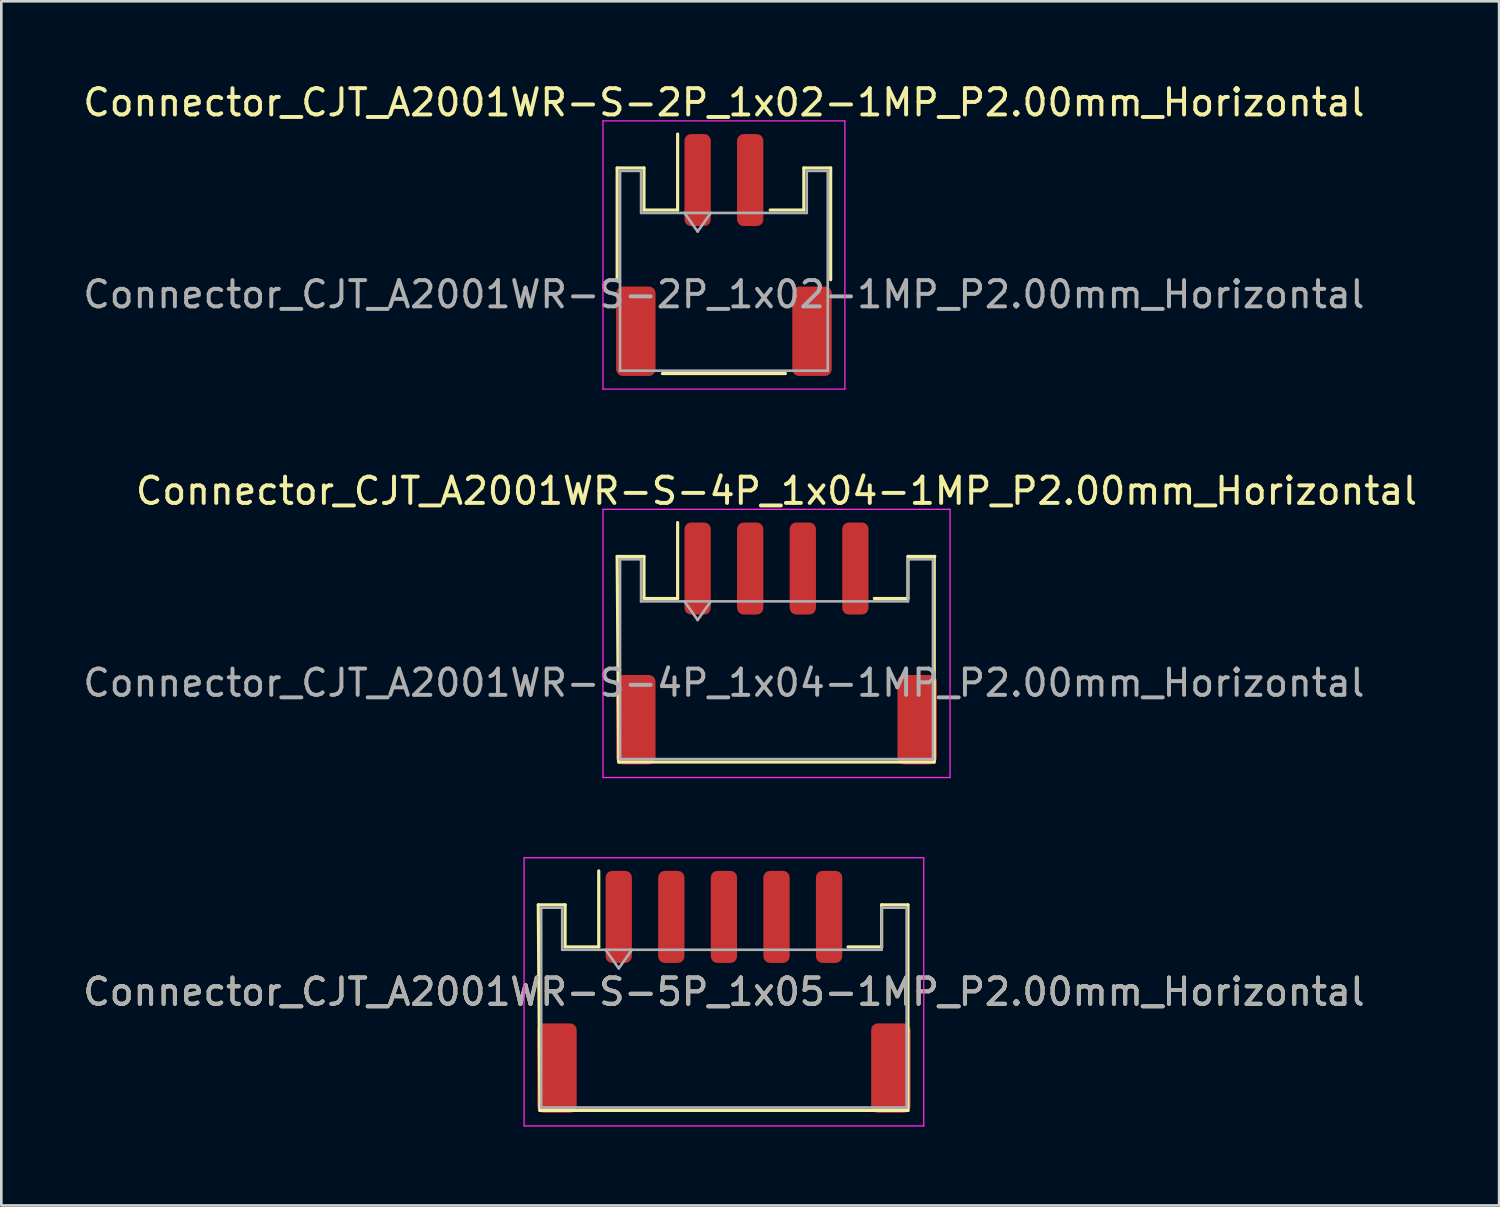
<source format=kicad_pcb>
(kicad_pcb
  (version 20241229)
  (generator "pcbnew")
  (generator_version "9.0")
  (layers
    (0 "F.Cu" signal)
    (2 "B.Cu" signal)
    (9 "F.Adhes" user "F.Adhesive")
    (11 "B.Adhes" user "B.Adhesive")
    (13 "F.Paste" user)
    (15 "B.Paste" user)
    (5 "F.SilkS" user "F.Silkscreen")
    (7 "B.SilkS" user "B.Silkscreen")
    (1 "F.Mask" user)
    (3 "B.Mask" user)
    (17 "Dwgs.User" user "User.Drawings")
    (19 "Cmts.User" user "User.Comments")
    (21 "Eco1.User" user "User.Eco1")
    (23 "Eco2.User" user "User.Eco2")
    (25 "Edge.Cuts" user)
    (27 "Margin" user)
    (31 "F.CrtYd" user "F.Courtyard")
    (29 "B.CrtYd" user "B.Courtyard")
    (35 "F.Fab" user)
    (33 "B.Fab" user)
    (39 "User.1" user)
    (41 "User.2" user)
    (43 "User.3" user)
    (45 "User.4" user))
  (footprint "Connector_CJT_A2001WR-S-4P_1x04-1MP_P2.00mm_Horizontal"
    (layer "F.Cu")
    (at 26.482 21.422)
    (property "Reference" "Connector_CJT_A2001WR-S-4P_1x04-1MP_P2.00mm_Horizontal" (at 0 -5.8 0) (layer "F.SilkS") (effects (font (size 1 1) (thickness 0.15))))
    (attr smd)
    (fp_line (start -6.06 -3.31) (end -5.04 -3.31) (stroke (width 0.12) (type solid)) (layer "F.SilkS"))
    (fp_line (start -6 4.51) (end -6.06 -3.31) (stroke (width 0.12) (type solid)) (layer "F.SilkS"))
    (fp_line (start -6 4.51) (end 6 4.51) (stroke (width 0.12) (type solid)) (layer "F.SilkS"))
    (fp_line (start -5.04 -3.31) (end -5.04 -1.71) (stroke (width 0.12) (type solid)) (layer "F.SilkS"))
    (fp_line (start -5.04 -1.71) (end -3.76 -1.71) (stroke (width 0.12) (type solid)) (layer "F.SilkS"))
    (fp_line (start -3.76 -1.71) (end -3.76 -4.6) (stroke (width 0.12) (type solid)) (layer "F.SilkS"))
    (fp_line (start 3.72 -1.71) (end 5 -1.71) (stroke (width 0.12) (type solid)) (layer "F.SilkS"))
    (fp_line (start 5 -3.31) (end 5 -1.71) (stroke (width 0.12) (type solid)) (layer "F.SilkS"))
    (fp_line (start 6 4.51) (end 6 -3.31) (stroke (width 0.12) (type solid)) (layer "F.SilkS"))
    (fp_line (start 6.02 -3.31) (end 5 -3.31) (stroke (width 0.12) (type solid)) (layer "F.SilkS"))
    (fp_line (start -6.6 -5.1) (end -6.6 5.1) (stroke (width 0.05) (type solid)) (layer "F.CrtYd"))
    (fp_line (start -6.6 5.1) (end 6.6 5.1) (stroke (width 0.05) (type solid)) (layer "F.CrtYd"))
    (fp_line (start 6.6 -5.1) (end -6.6 -5.1) (stroke (width 0.05) (type solid)) (layer "F.CrtYd"))
    (fp_line (start 6.6 5.1) (end 6.6 -5.1) (stroke (width 0.05) (type solid)) (layer "F.CrtYd"))
    (fp_line (start -5.95 -3.2) (end -5.95 4.4) (stroke (width 0.1) (type solid)) (layer "F.Fab"))
    (fp_line (start -5.95 -3.2) (end -5.15 -3.2) (stroke (width 0.1) (type solid)) (layer "F.Fab"))
    (fp_line (start -5.95 4.4) (end 5.95 4.4) (stroke (width 0.1) (type solid)) (layer "F.Fab"))
    (fp_line (start -5.15 -3.2) (end -5.15 -1.6) (stroke (width 0.1) (type solid)) (layer "F.Fab"))
    (fp_line (start -5.15 -1.6) (end 5 -1.6) (stroke (width 0.1) (type solid)) (layer "F.Fab"))
    (fp_line (start -3.5 -1.6) (end -3 -0.893) (stroke (width 0.1) (type solid)) (layer "F.Fab"))
    (fp_line (start -3 -0.893) (end -2.5 -1.6) (stroke (width 0.1) (type solid)) (layer "F.Fab"))
    (fp_line (start 5 -3.2) (end 5.95 -3.2) (stroke (width 0.1) (type solid)) (layer "F.Fab"))
    (fp_line (start 5 -1.6) (end 5 -3.2) (stroke (width 0.1) (type solid)) (layer "F.Fab"))
    (fp_line (start 5.95 -3.2) (end 5.95 4.4) (stroke (width 0.1) (type solid)) (layer "F.Fab"))
    (fp_text user "${REFERENCE}" (at -2 1.5 0) (layer "F.Fab") (effects (font (size 1 1) (thickness 0.15))))
    (pad "1" smd roundrect (at -3 -2.85) (size 1 3.5) (layers "F.Cu" "F.Mask" "F.Paste") (roundrect_rratio 0.25))
    (pad "2" smd roundrect (at -1 -2.85) (size 1 3.5) (layers "F.Cu" "F.Mask" "F.Paste") (roundrect_rratio 0.25))
    (pad "3" smd roundrect (at 1 -2.85) (size 1 3.5) (layers "F.Cu" "F.Mask" "F.Paste") (roundrect_rratio 0.25))
    (pad "4" smd roundrect (at 3 -2.85) (size 1 3.5) (layers "F.Cu" "F.Mask" "F.Paste") (roundrect_rratio 0.25))
    (pad "MP" smd roundrect (at -5.35 2.9) (size 1.5 3.4) (layers "F.Cu" "F.Mask" "F.Paste") (roundrect_rratio 0.167))
    (pad "MP" smd roundrect (at 5.35 2.9) (size 1.5 3.4) (layers "F.Cu" "F.Mask" "F.Paste") (roundrect_rratio 0.167)))
  (footprint "Connector_CJT_A2001WR-S-5P_1x05-1MP_P2.00mm_Horizontal"
    (layer "F.Cu")
    (at 24.482 34.672)
    (property "Reference" "Connector_CJT_A2001WR-S-5P_1x05-1MP_P2.00mm_Horizontal" (at 0 0 0) (layer "F.SilkS") (effects (font (size 1 1) (thickness 0.15))))
    (attr smd)
    (fp_line (start -7.06 -3.31) (end -6.04 -3.31) (stroke (width 0.12) (type solid)) (layer "F.SilkS"))
    (fp_line (start -7 4.51) (end -7.06 -3.31) (stroke (width 0.12) (type solid)) (layer "F.SilkS"))
    (fp_line (start -7 4.51) (end 7 4.51) (stroke (width 0.12) (type solid)) (layer "F.SilkS"))
    (fp_line (start -6.04 -3.31) (end -6.04 -1.71) (stroke (width 0.12) (type solid)) (layer "F.SilkS"))
    (fp_line (start -6.04 -1.71) (end -4.76 -1.71) (stroke (width 0.12) (type solid)) (layer "F.SilkS"))
    (fp_line (start -4.76 -1.71) (end -4.76 -4.6) (stroke (width 0.12) (type solid)) (layer "F.SilkS"))
    (fp_line (start 4.72 -1.71) (end 6 -1.71) (stroke (width 0.12) (type solid)) (layer "F.SilkS"))
    (fp_line (start 6 -3.31) (end 6 -1.71) (stroke (width 0.12) (type solid)) (layer "F.SilkS"))
    (fp_line (start 7 -3.31) (end 6 -3.31) (stroke (width 0.12) (type solid)) (layer "F.SilkS"))
    (fp_line (start 7 4.51) (end 7 -3.31) (stroke (width 0.12) (type solid)) (layer "F.SilkS"))
    (fp_line (start -7.6 -5.1) (end -7.6 5.1) (stroke (width 0.05) (type solid)) (layer "F.CrtYd"))
    (fp_line (start -7.6 5.1) (end 7.6 5.1) (stroke (width 0.05) (type solid)) (layer "F.CrtYd"))
    (fp_line (start 7.6 -5.1) (end -7.6 -5.1) (stroke (width 0.05) (type solid)) (layer "F.CrtYd"))
    (fp_line (start 7.6 5.1) (end 7.6 -5.1) (stroke (width 0.05) (type solid)) (layer "F.CrtYd"))
    (fp_line (start -6.95 -3.2) (end -6.95 4.4) (stroke (width 0.1) (type solid)) (layer "F.Fab"))
    (fp_line (start -6.95 -3.2) (end -6.15 -3.2) (stroke (width 0.1) (type solid)) (layer "F.Fab"))
    (fp_line (start -6.95 4.4) (end 6.95 4.4) (stroke (width 0.1) (type solid)) (layer "F.Fab"))
    (fp_line (start -6.15 -3.2) (end -6.15 -1.6) (stroke (width 0.1) (type solid)) (layer "F.Fab"))
    (fp_line (start -6.15 -1.6) (end 6 -1.6) (stroke (width 0.1) (type solid)) (layer "F.Fab"))
    (fp_line (start -4.5 -1.6) (end -4 -0.893) (stroke (width 0.1) (type solid)) (layer "F.Fab"))
    (fp_line (start -4 -0.893) (end -3.5 -1.6) (stroke (width 0.1) (type solid)) (layer "F.Fab"))
    (fp_line (start 6 -3.2) (end 6.95 -3.2) (stroke (width 0.1) (type solid)) (layer "F.Fab"))
    (fp_line (start 6 -1.6) (end 6 -3.2) (stroke (width 0.1) (type solid)) (layer "F.Fab"))
    (fp_line (start 6.95 -3.2) (end 6.95 4.4) (stroke (width 0.1) (type solid)) (layer "F.Fab"))
    (fp_text user "${REFERENCE}" (at 0 0 0) (layer "F.Fab") (effects (font (size 1 1) (thickness 0.15))))
    (pad "1" smd roundrect (at -4 -2.85) (size 1 3.5) (layers "F.Cu" "F.Mask" "F.Paste") (roundrect_rratio 0.25))
    (pad "2" smd roundrect (at -2 -2.85) (size 1 3.5) (layers "F.Cu" "F.Mask" "F.Paste") (roundrect_rratio 0.25))
    (pad "3" smd roundrect (at 0 -2.85) (size 1 3.5) (layers "F.Cu" "F.Mask" "F.Paste") (roundrect_rratio 0.25))
    (pad "4" smd roundrect (at 2 -2.85) (size 1 3.5) (layers "F.Cu" "F.Mask" "F.Paste") (roundrect_rratio 0.25))
    (pad "5" smd roundrect (at 4 -2.85) (size 1 3.5) (layers "F.Cu" "F.Mask" "F.Paste") (roundrect_rratio 0.25))
    (pad "MP" smd roundrect (at -6.35 2.9) (size 1.5 3.4) (layers "F.Cu" "F.Mask" "F.Paste") (roundrect_rratio 0.167))
    (pad "MP" smd roundrect (at 6.35 2.9) (size 1.5 3.4) (layers "F.Cu" "F.Mask" "F.Paste") (roundrect_rratio 0.167)))
  (footprint "Connector_CJT_A2001WR-S-2P_1x02-1MP_P2.00mm_Horizontal"
    (layer "F.Cu")
    (at 24.482 6.648)
    (property "Reference" "Connector_CJT_A2001WR-S-2P_1x02-1MP_P2.00mm_Horizontal" (at 0 -5.8 0) (layer "F.SilkS") (effects (font (size 1 1) (thickness 0.15))))
    (attr smd)
    (fp_line (start -4.06 -3.31) (end -3.04 -3.31) (stroke (width 0.12) (type solid)) (layer "F.SilkS"))
    (fp_line (start -4.06 0.94) (end -4.06 -3.31) (stroke (width 0.12) (type solid)) (layer "F.SilkS"))
    (fp_line (start -3.04 -3.31) (end -3.04 -1.71) (stroke (width 0.12) (type solid)) (layer "F.SilkS"))
    (fp_line (start -3.04 -1.71) (end -1.76 -1.71) (stroke (width 0.12) (type solid)) (layer "F.SilkS"))
    (fp_line (start -2.34 4.51) (end 2.34 4.51) (stroke (width 0.12) (type solid)) (layer "F.SilkS"))
    (fp_line (start -1.76 -1.71) (end -1.76 -4.6) (stroke (width 0.12) (type solid)) (layer "F.SilkS"))
    (fp_line (start 3.04 -3.31) (end 3.04 -1.71) (stroke (width 0.12) (type solid)) (layer "F.SilkS"))
    (fp_line (start 3.04 -1.71) (end 1.76 -1.71) (stroke (width 0.12) (type solid)) (layer "F.SilkS"))
    (fp_line (start 4.06 -3.31) (end 3.04 -3.31) (stroke (width 0.12) (type solid)) (layer "F.SilkS"))
    (fp_line (start 4.06 0.94) (end 4.06 -3.31) (stroke (width 0.12) (type solid)) (layer "F.SilkS"))
    (fp_line (start -4.6 -5.1) (end -4.6 5.1) (stroke (width 0.05) (type solid)) (layer "F.CrtYd"))
    (fp_line (start -4.6 5.1) (end 4.6 5.1) (stroke (width 0.05) (type solid)) (layer "F.CrtYd"))
    (fp_line (start 4.6 -5.1) (end -4.6 -5.1) (stroke (width 0.05) (type solid)) (layer "F.CrtYd"))
    (fp_line (start 4.6 5.1) (end 4.6 -5.1) (stroke (width 0.05) (type solid)) (layer "F.CrtYd"))
    (fp_line (start -3.95 -3.2) (end -3.95 4.4) (stroke (width 0.1) (type solid)) (layer "F.Fab"))
    (fp_line (start -3.95 -3.2) (end -3.15 -3.2) (stroke (width 0.1) (type solid)) (layer "F.Fab"))
    (fp_line (start -3.95 4.4) (end 3.95 4.4) (stroke (width 0.1) (type solid)) (layer "F.Fab"))
    (fp_line (start -3.15 -3.2) (end -3.15 -1.6) (stroke (width 0.1) (type solid)) (layer "F.Fab"))
    (fp_line (start -3.15 -1.6) (end 3.15 -1.6) (stroke (width 0.1) (type solid)) (layer "F.Fab"))
    (fp_line (start -1.5 -1.6) (end -1 -0.893) (stroke (width 0.1) (type solid)) (layer "F.Fab"))
    (fp_line (start -1 -0.893) (end -0.5 -1.6) (stroke (width 0.1) (type solid)) (layer "F.Fab"))
    (fp_line (start 3.15 -3.2) (end 3.95 -3.2) (stroke (width 0.1) (type solid)) (layer "F.Fab"))
    (fp_line (start 3.15 -1.6) (end 3.15 -3.2) (stroke (width 0.1) (type solid)) (layer "F.Fab"))
    (fp_line (start 3.95 -3.2) (end 3.95 4.4) (stroke (width 0.1) (type solid)) (layer "F.Fab"))
    (fp_text user "${REFERENCE}" (at 0 1.5 0) (layer "F.Fab") (effects (font (size 1 1) (thickness 0.15))))
    (pad "1" smd roundrect (at -1 -2.85) (size 1 3.5) (layers "F.Cu" "F.Mask" "F.Paste") (roundrect_rratio 0.25))
    (pad "2" smd roundrect (at 1 -2.85) (size 1 3.5) (layers "F.Cu" "F.Mask" "F.Paste") (roundrect_rratio 0.25))
    (pad "MP" smd roundrect (at -3.35 2.9) (size 1.5 3.4) (layers "F.Cu" "F.Mask" "F.Paste") (roundrect_rratio 0.167))
    (pad "MP" smd roundrect (at 3.35 2.9) (size 1.5 3.4) (layers "F.Cu" "F.Mask" "F.Paste") (roundrect_rratio 0.167)))
  (gr_rect
    (start -3 -3)
    (end 53.964 42.797)
    (stroke (width 0.1) (type default))
    (fill no)
    (layer "Edge.Cuts")))
</source>
